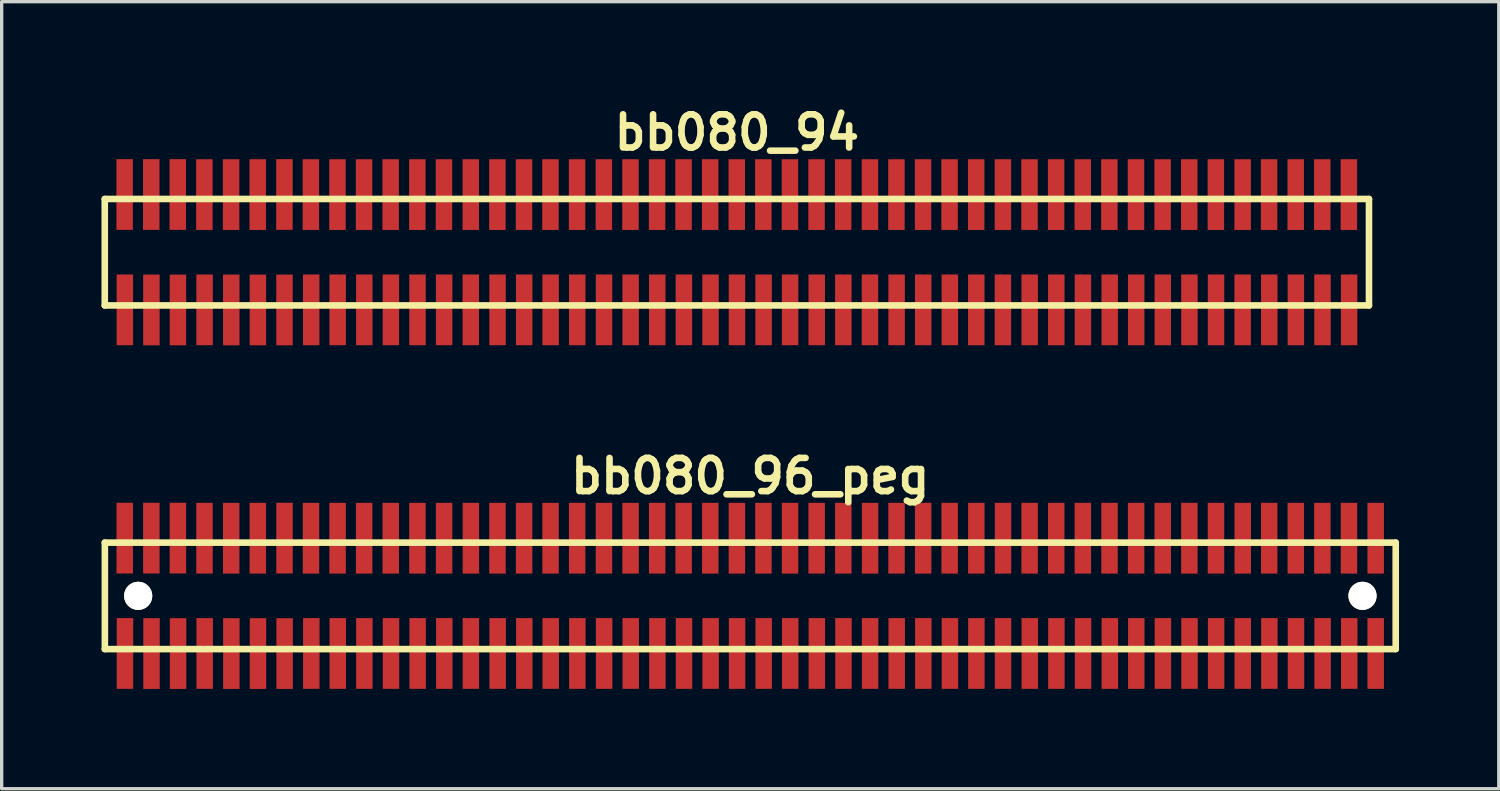
<source format=kicad_pcb>
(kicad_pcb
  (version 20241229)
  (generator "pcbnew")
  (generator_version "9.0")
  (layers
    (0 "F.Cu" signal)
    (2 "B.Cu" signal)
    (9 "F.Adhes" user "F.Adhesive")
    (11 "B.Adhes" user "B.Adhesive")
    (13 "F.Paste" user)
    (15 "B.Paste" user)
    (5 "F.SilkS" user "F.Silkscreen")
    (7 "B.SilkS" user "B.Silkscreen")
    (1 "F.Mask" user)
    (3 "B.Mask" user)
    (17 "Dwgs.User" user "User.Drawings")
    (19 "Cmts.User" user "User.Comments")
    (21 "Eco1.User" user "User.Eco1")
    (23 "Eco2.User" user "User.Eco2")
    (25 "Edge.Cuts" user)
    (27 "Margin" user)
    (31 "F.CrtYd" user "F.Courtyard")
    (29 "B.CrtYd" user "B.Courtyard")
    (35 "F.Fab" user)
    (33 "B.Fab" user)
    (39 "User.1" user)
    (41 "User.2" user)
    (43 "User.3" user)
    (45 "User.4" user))
  (footprint "bb080_96_peg"
    (layer "F.Cu")
    (at 19.5 14.859)
    (property "Reference" "bb080_96_peg" (at 0 -3.599 0) (layer "F.SilkS") (effects (font (size 0.998 0.998) (thickness 0.198))))
    (attr through_hole)
    (fp_line (start -19.401 -1.6) (end 19.401 -1.6) (stroke (width 0.198) (type solid)) (layer "F.SilkS"))
    (fp_line (start -19.398 -1.6) (end -19.398 1.6) (stroke (width 0.198) (type solid)) (layer "F.SilkS"))
    (fp_line (start 19.401 1.6) (end -19.401 1.6) (stroke (width 0.198) (type solid)) (layer "F.SilkS"))
    (fp_line (start 19.401 1.6) (end 19.401 -1.6) (stroke (width 0.198) (type solid)) (layer "F.SilkS"))
    (pad "" np_thru_hole circle (at -18.397 0) (size 0.848 0.848) (drill 0.848) (layers "*.Cu" "*.Mask" "F.SilkS"))
    (pad "" np_thru_hole circle (at 18.402 0) (size 0.848 0.848) (drill 0.848) (layers "*.Cu" "*.Mask" "F.SilkS"))
    (pad "1" smd rect (at -18.793 1.732) (size 0.495 2.126) (layers "F.Cu" "F.Mask" "F.Paste"))
    (pad "2" smd rect (at -18.801 -1.735) (size 0.495 2.126) (layers "F.Cu" "F.Mask" "F.Paste"))
    (pad "3" smd rect (at -17.996 1.735) (size 0.495 2.126) (layers "F.Cu" "F.Mask" "F.Paste"))
    (pad "4" smd rect (at -18.001 -1.735) (size 0.495 2.126) (layers "F.Cu" "F.Mask" "F.Paste"))
    (pad "5" smd rect (at -17.198 1.735) (size 0.495 2.126) (layers "F.Cu" "F.Mask" "F.Paste"))
    (pad "6" smd rect (at -17.203 -1.735) (size 0.495 2.126) (layers "F.Cu" "F.Mask" "F.Paste"))
    (pad "7" smd rect (at -16.398 1.732) (size 0.495 2.126) (layers "F.Cu" "F.Mask" "F.Paste"))
    (pad "8" smd rect (at -16.403 -1.732) (size 0.495 2.126) (layers "F.Cu" "F.Mask" "F.Paste"))
    (pad "9" smd rect (at -15.596 1.735) (size 0.495 2.126) (layers "F.Cu" "F.Mask" "F.Paste"))
    (pad "10" smd rect (at -15.601 -1.732) (size 0.495 2.126) (layers "F.Cu" "F.Mask" "F.Paste"))
    (pad "11" smd rect (at -14.796 1.735) (size 0.495 2.126) (layers "F.Cu" "F.Mask" "F.Paste"))
    (pad "12" smd rect (at -14.801 -1.732) (size 0.495 2.126) (layers "F.Cu" "F.Mask" "F.Paste"))
    (pad "13" smd rect (at -13.995 1.735) (size 0.495 2.126) (layers "F.Cu" "F.Mask" "F.Paste"))
    (pad "14" smd rect (at -13.998 -1.735) (size 0.495 2.126) (layers "F.Cu" "F.Mask" "F.Paste"))
    (pad "15" smd rect (at -13.193 1.732) (size 0.495 2.126) (layers "F.Cu" "F.Mask" "F.Paste"))
    (pad "16" smd rect (at -13.203 -1.732) (size 0.495 2.126) (layers "F.Cu" "F.Mask" "F.Paste"))
    (pad "17" smd rect (at -12.398 1.732) (size 0.495 2.126) (layers "F.Cu" "F.Mask" "F.Paste"))
    (pad "18" smd rect (at -12.403 -1.732) (size 0.495 2.126) (layers "F.Cu" "F.Mask" "F.Paste"))
    (pad "19" smd rect (at -11.598 1.732) (size 0.495 2.126) (layers "F.Cu" "F.Mask" "F.Paste"))
    (pad "20" smd rect (at -11.605 -1.732) (size 0.495 2.126) (layers "F.Cu" "F.Mask" "F.Paste"))
    (pad "21" smd rect (at -10.798 1.732) (size 0.495 2.126) (layers "F.Cu" "F.Mask" "F.Paste"))
    (pad "22" smd rect (at -10.805 -1.732) (size 0.495 2.126) (layers "F.Cu" "F.Mask" "F.Paste"))
    (pad "23" smd rect (at -9.997 1.732) (size 0.495 2.126) (layers "F.Cu" "F.Mask" "F.Paste"))
    (pad "24" smd rect (at -10.003 -1.732) (size 0.495 2.126) (layers "F.Cu" "F.Mask" "F.Paste"))
    (pad "25" smd rect (at -9.197 1.732) (size 0.495 2.126) (layers "F.Cu" "F.Mask" "F.Paste"))
    (pad "26" smd rect (at -9.202 -1.732) (size 0.495 2.126) (layers "F.Cu" "F.Mask" "F.Paste"))
    (pad "27" smd rect (at -8.397 1.732) (size 0.495 2.126) (layers "F.Cu" "F.Mask" "F.Paste"))
    (pad "28" smd rect (at -8.397 -1.732) (size 0.495 2.126) (layers "F.Cu" "F.Mask" "F.Paste"))
    (pad "29" smd rect (at -7.592 1.732) (size 0.495 2.126) (layers "F.Cu" "F.Mask" "F.Paste"))
    (pad "30" smd rect (at -7.597 -1.732) (size 0.495 2.126) (layers "F.Cu" "F.Mask" "F.Paste"))
    (pad "31" smd rect (at -6.792 1.732) (size 0.495 2.126) (layers "F.Cu" "F.Mask" "F.Paste"))
    (pad "32" smd rect (at -6.797 -1.732) (size 0.495 2.126) (layers "F.Cu" "F.Mask" "F.Paste"))
    (pad "33" smd rect (at -5.997 1.732) (size 0.495 2.126) (layers "F.Cu" "F.Mask" "F.Paste"))
    (pad "34" smd rect (at -6.002 -1.732) (size 0.495 2.126) (layers "F.Cu" "F.Mask" "F.Paste"))
    (pad "35" smd rect (at -5.197 1.732) (size 0.495 2.126) (layers "F.Cu" "F.Mask" "F.Paste"))
    (pad "36" smd rect (at -5.202 -1.732) (size 0.495 2.126) (layers "F.Cu" "F.Mask" "F.Paste"))
    (pad "37" smd rect (at -4.392 1.732) (size 0.495 2.126) (layers "F.Cu" "F.Mask" "F.Paste"))
    (pad "38" smd rect (at -4.397 -1.732) (size 0.495 2.126) (layers "F.Cu" "F.Mask" "F.Paste"))
    (pad "39" smd rect (at -3.592 1.732) (size 0.495 2.126) (layers "F.Cu" "F.Mask" "F.Paste"))
    (pad "40" smd rect (at -3.597 -1.732) (size 0.495 2.126) (layers "F.Cu" "F.Mask" "F.Paste"))
    (pad "41" smd rect (at -2.791 1.732) (size 0.495 2.126) (layers "F.Cu" "F.Mask" "F.Paste"))
    (pad "42" smd rect (at -2.797 -1.732) (size 0.495 2.126) (layers "F.Cu" "F.Mask" "F.Paste"))
    (pad "43" smd rect (at -1.991 1.732) (size 0.495 2.126) (layers "F.Cu" "F.Mask" "F.Paste"))
    (pad "44" smd rect (at -2.002 -1.732) (size 0.495 2.126) (layers "F.Cu" "F.Mask" "F.Paste"))
    (pad "45" smd rect (at -1.191 1.732) (size 0.495 2.126) (layers "F.Cu" "F.Mask" "F.Paste"))
    (pad "46" smd rect (at -1.201 -1.732) (size 0.495 2.126) (layers "F.Cu" "F.Mask" "F.Paste"))
    (pad "47" smd rect (at -0.396 1.732) (size 0.495 2.126) (layers "F.Cu" "F.Mask" "F.Paste"))
    (pad "48" smd rect (at -0.401 -1.732) (size 0.495 2.126) (layers "F.Cu" "F.Mask" "F.Paste"))
    (pad "49" smd rect (at 0.404 1.732) (size 0.495 2.126) (layers "F.Cu" "F.Mask" "F.Paste"))
    (pad "50" smd rect (at 0.396 -1.732) (size 0.495 2.126) (layers "F.Cu" "F.Mask" "F.Paste"))
    (pad "51" smd rect (at 1.201 1.732) (size 0.495 2.126) (layers "F.Cu" "F.Mask" "F.Paste"))
    (pad "52" smd rect (at 1.196 -1.732) (size 0.495 2.126) (layers "F.Cu" "F.Mask" "F.Paste"))
    (pad "53" smd rect (at 2.002 1.732) (size 0.495 2.126) (layers "F.Cu" "F.Mask" "F.Paste"))
    (pad "54" smd rect (at 1.996 -1.732) (size 0.495 2.126) (layers "F.Cu" "F.Mask" "F.Paste"))
    (pad "55" smd rect (at 2.802 1.732) (size 0.495 2.126) (layers "F.Cu" "F.Mask" "F.Paste"))
    (pad "56" smd rect (at 2.797 -1.732) (size 0.495 2.126) (layers "F.Cu" "F.Mask" "F.Paste"))
    (pad "57" smd rect (at 3.602 1.732) (size 0.495 2.126) (layers "F.Cu" "F.Mask" "F.Paste"))
    (pad "58" smd rect (at 3.602 -1.732) (size 0.495 2.126) (layers "F.Cu" "F.Mask" "F.Paste"))
    (pad "59" smd rect (at 4.402 1.732) (size 0.495 2.126) (layers "F.Cu" "F.Mask" "F.Paste"))
    (pad "60" smd rect (at 4.397 -1.732) (size 0.495 2.126) (layers "F.Cu" "F.Mask" "F.Paste"))
    (pad "61" smd rect (at 5.202 1.732) (size 0.495 2.126) (layers "F.Cu" "F.Mask" "F.Paste"))
    (pad "62" smd rect (at 5.197 -1.732) (size 0.495 2.126) (layers "F.Cu" "F.Mask" "F.Paste"))
    (pad "63" smd rect (at 6.002 1.732) (size 0.495 2.126) (layers "F.Cu" "F.Mask" "F.Paste"))
    (pad "64" smd rect (at 5.994 -1.732) (size 0.495 2.126) (layers "F.Cu" "F.Mask" "F.Paste"))
    (pad "65" smd rect (at 6.797 1.732) (size 0.495 2.126) (layers "F.Cu" "F.Mask" "F.Paste"))
    (pad "66" smd rect (at 6.795 -1.732) (size 0.495 2.126) (layers "F.Cu" "F.Mask" "F.Paste"))
    (pad "67" smd rect (at 7.597 1.732) (size 0.495 2.126) (layers "F.Cu" "F.Mask" "F.Paste"))
    (pad "68" smd rect (at 7.597 -1.732) (size 0.495 2.126) (layers "F.Cu" "F.Mask" "F.Paste"))
    (pad "69" smd rect (at 8.402 1.732) (size 0.495 2.126) (layers "F.Cu" "F.Mask" "F.Paste"))
    (pad "70" smd rect (at 8.397 -1.732) (size 0.495 2.126) (layers "F.Cu" "F.Mask" "F.Paste"))
    (pad "71" smd rect (at 9.202 1.732) (size 0.495 2.126) (layers "F.Cu" "F.Mask" "F.Paste"))
    (pad "72" smd rect (at 9.197 -1.732) (size 0.495 2.126) (layers "F.Cu" "F.Mask" "F.Paste"))
    (pad "73" smd rect (at 10.003 1.732) (size 0.495 2.126) (layers "F.Cu" "F.Mask" "F.Paste"))
    (pad "74" smd rect (at 9.997 -1.732) (size 0.495 2.126) (layers "F.Cu" "F.Mask" "F.Paste"))
    (pad "75" smd rect (at 10.808 1.732) (size 0.495 2.126) (layers "F.Cu" "F.Mask" "F.Paste"))
    (pad "76" smd rect (at 10.798 -1.732) (size 0.495 2.126) (layers "F.Cu" "F.Mask" "F.Paste"))
    (pad "77" smd rect (at 11.603 1.732) (size 0.495 2.126) (layers "F.Cu" "F.Mask" "F.Paste"))
    (pad "78" smd rect (at 11.598 -1.732) (size 0.495 2.126) (layers "F.Cu" "F.Mask" "F.Paste"))
    (pad "79" smd rect (at 12.403 1.732) (size 0.495 2.126) (layers "F.Cu" "F.Mask" "F.Paste"))
    (pad "80" smd rect (at 12.398 -1.732) (size 0.495 2.126) (layers "F.Cu" "F.Mask" "F.Paste"))
    (pad "81" smd rect (at 13.203 1.732) (size 0.495 2.126) (layers "F.Cu" "F.Mask" "F.Paste"))
    (pad "82" smd rect (at 13.198 -1.732) (size 0.495 2.126) (layers "F.Cu" "F.Mask" "F.Paste"))
    (pad "83" smd rect (at 14.003 1.732) (size 0.495 2.126) (layers "F.Cu" "F.Mask" "F.Paste"))
    (pad "84" smd rect (at 13.998 -1.732) (size 0.495 2.126) (layers "F.Cu" "F.Mask" "F.Paste"))
    (pad "85" smd rect (at 14.803 1.732) (size 0.495 2.126) (layers "F.Cu" "F.Mask" "F.Paste"))
    (pad "86" smd rect (at 14.803 -1.732) (size 0.495 2.126) (layers "F.Cu" "F.Mask" "F.Paste"))
    (pad "87" smd rect (at 15.603 1.732) (size 0.495 2.126) (layers "F.Cu" "F.Mask" "F.Paste"))
    (pad "88" smd rect (at 15.598 -1.732) (size 0.495 2.126) (layers "F.Cu" "F.Mask" "F.Paste"))
    (pad "89" smd rect (at 16.403 1.732) (size 0.495 2.126) (layers "F.Cu" "F.Mask" "F.Paste"))
    (pad "90" smd rect (at 16.398 -1.732) (size 0.495 2.126) (layers "F.Cu" "F.Mask" "F.Paste"))
    (pad "91" smd rect (at 17.203 1.732) (size 0.495 2.126) (layers "F.Cu" "F.Mask" "F.Paste"))
    (pad "92" smd rect (at 17.196 -1.732) (size 0.495 2.126) (layers "F.Cu" "F.Mask" "F.Paste"))
    (pad "93" smd rect (at 18.004 1.732) (size 0.495 2.126) (layers "F.Cu" "F.Mask" "F.Paste"))
    (pad "94" smd rect (at 17.996 -1.732) (size 0.495 2.126) (layers "F.Cu" "F.Mask" "F.Paste"))
    (pad "95" smd rect (at 18.799 1.732) (size 0.495 2.126) (layers "F.Cu" "F.Mask" "F.Paste"))
    (pad "96" smd rect (at 18.799 -1.732) (size 0.495 2.126) (layers "F.Cu" "F.Mask" "F.Paste")))
  (footprint "bb080_94"
    (layer "F.Cu")
    (at 19.098 4.531)
    (property "Reference" "bb080_94" (at 0 -3.599 0) (layer "F.SilkS") (effects (font (size 0.998 0.998) (thickness 0.198))))
    (attr through_hole)
    (fp_line (start -18.999 -1.6) (end -18.999 1.6) (stroke (width 0.198) (type solid)) (layer "F.SilkS"))
    (fp_line (start -18.999 1.6) (end 18.999 1.6) (stroke (width 0.198) (type solid)) (layer "F.SilkS"))
    (fp_line (start 18.999 -1.6) (end -18.999 -1.6) (stroke (width 0.198) (type solid)) (layer "F.SilkS"))
    (fp_line (start 18.999 1.6) (end 18.999 -1.6) (stroke (width 0.198) (type solid)) (layer "F.SilkS"))
    (pad "1" smd rect (at -18.395 1.732) (size 0.495 2.126) (layers "F.Cu" "F.Mask" "F.Paste"))
    (pad "2" smd rect (at -18.402 -1.735) (size 0.495 2.126) (layers "F.Cu" "F.Mask" "F.Paste"))
    (pad "3" smd rect (at -17.597 1.735) (size 0.495 2.126) (layers "F.Cu" "F.Mask" "F.Paste"))
    (pad "4" smd rect (at -17.602 -1.735) (size 0.495 2.126) (layers "F.Cu" "F.Mask" "F.Paste"))
    (pad "5" smd rect (at -16.8 1.735) (size 0.495 2.126) (layers "F.Cu" "F.Mask" "F.Paste"))
    (pad "6" smd rect (at -16.805 -1.735) (size 0.495 2.126) (layers "F.Cu" "F.Mask" "F.Paste"))
    (pad "7" smd rect (at -15.999 1.732) (size 0.495 2.126) (layers "F.Cu" "F.Mask" "F.Paste"))
    (pad "8" smd rect (at -16.005 -1.732) (size 0.495 2.126) (layers "F.Cu" "F.Mask" "F.Paste"))
    (pad "9" smd rect (at -15.197 1.735) (size 0.495 2.126) (layers "F.Cu" "F.Mask" "F.Paste"))
    (pad "10" smd rect (at -15.202 -1.732) (size 0.495 2.126) (layers "F.Cu" "F.Mask" "F.Paste"))
    (pad "11" smd rect (at -14.397 1.735) (size 0.495 2.126) (layers "F.Cu" "F.Mask" "F.Paste"))
    (pad "12" smd rect (at -14.402 -1.732) (size 0.495 2.126) (layers "F.Cu" "F.Mask" "F.Paste"))
    (pad "13" smd rect (at -13.597 1.735) (size 0.495 2.126) (layers "F.Cu" "F.Mask" "F.Paste"))
    (pad "14" smd rect (at -13.599 -1.735) (size 0.495 2.126) (layers "F.Cu" "F.Mask" "F.Paste"))
    (pad "15" smd rect (at -12.794 1.732) (size 0.495 2.126) (layers "F.Cu" "F.Mask" "F.Paste"))
    (pad "16" smd rect (at -12.804 -1.732) (size 0.495 2.126) (layers "F.Cu" "F.Mask" "F.Paste"))
    (pad "17" smd rect (at -11.999 1.732) (size 0.495 2.126) (layers "F.Cu" "F.Mask" "F.Paste"))
    (pad "18" smd rect (at -12.004 -1.732) (size 0.495 2.126) (layers "F.Cu" "F.Mask" "F.Paste"))
    (pad "19" smd rect (at -11.199 1.732) (size 0.495 2.126) (layers "F.Cu" "F.Mask" "F.Paste"))
    (pad "20" smd rect (at -11.206 -1.732) (size 0.495 2.126) (layers "F.Cu" "F.Mask" "F.Paste"))
    (pad "21" smd rect (at -10.399 1.732) (size 0.495 2.126) (layers "F.Cu" "F.Mask" "F.Paste"))
    (pad "22" smd rect (at -10.406 -1.732) (size 0.495 2.126) (layers "F.Cu" "F.Mask" "F.Paste"))
    (pad "23" smd rect (at -9.599 1.732) (size 0.495 2.126) (layers "F.Cu" "F.Mask" "F.Paste"))
    (pad "24" smd rect (at -9.604 -1.732) (size 0.495 2.126) (layers "F.Cu" "F.Mask" "F.Paste"))
    (pad "25" smd rect (at -8.799 1.732) (size 0.495 2.126) (layers "F.Cu" "F.Mask" "F.Paste"))
    (pad "26" smd rect (at -8.804 -1.732) (size 0.495 2.126) (layers "F.Cu" "F.Mask" "F.Paste"))
    (pad "27" smd rect (at -7.998 1.732) (size 0.495 2.126) (layers "F.Cu" "F.Mask" "F.Paste"))
    (pad "28" smd rect (at -7.998 -1.732) (size 0.495 2.126) (layers "F.Cu" "F.Mask" "F.Paste"))
    (pad "29" smd rect (at -7.193 1.732) (size 0.495 2.126) (layers "F.Cu" "F.Mask" "F.Paste"))
    (pad "30" smd rect (at -7.198 -1.732) (size 0.495 2.126) (layers "F.Cu" "F.Mask" "F.Paste"))
    (pad "31" smd rect (at -6.393 1.732) (size 0.495 2.126) (layers "F.Cu" "F.Mask" "F.Paste"))
    (pad "32" smd rect (at -6.398 -1.732) (size 0.495 2.126) (layers "F.Cu" "F.Mask" "F.Paste"))
    (pad "33" smd rect (at -5.598 1.732) (size 0.495 2.126) (layers "F.Cu" "F.Mask" "F.Paste"))
    (pad "34" smd rect (at -5.603 -1.732) (size 0.495 2.126) (layers "F.Cu" "F.Mask" "F.Paste"))
    (pad "35" smd rect (at -4.798 1.732) (size 0.495 2.126) (layers "F.Cu" "F.Mask" "F.Paste"))
    (pad "36" smd rect (at -4.803 -1.732) (size 0.495 2.126) (layers "F.Cu" "F.Mask" "F.Paste"))
    (pad "37" smd rect (at -3.993 1.732) (size 0.495 2.126) (layers "F.Cu" "F.Mask" "F.Paste"))
    (pad "38" smd rect (at -3.998 -1.732) (size 0.495 2.126) (layers "F.Cu" "F.Mask" "F.Paste"))
    (pad "39" smd rect (at -3.193 1.732) (size 0.495 2.126) (layers "F.Cu" "F.Mask" "F.Paste"))
    (pad "40" smd rect (at -3.198 -1.732) (size 0.495 2.126) (layers "F.Cu" "F.Mask" "F.Paste"))
    (pad "41" smd rect (at -2.393 1.732) (size 0.495 2.126) (layers "F.Cu" "F.Mask" "F.Paste"))
    (pad "42" smd rect (at -2.398 -1.732) (size 0.495 2.126) (layers "F.Cu" "F.Mask" "F.Paste"))
    (pad "43" smd rect (at -1.593 1.732) (size 0.495 2.126) (layers "F.Cu" "F.Mask" "F.Paste"))
    (pad "44" smd rect (at -1.603 -1.732) (size 0.495 2.126) (layers "F.Cu" "F.Mask" "F.Paste"))
    (pad "45" smd rect (at -0.792 1.732) (size 0.495 2.126) (layers "F.Cu" "F.Mask" "F.Paste"))
    (pad "46" smd rect (at -0.803 -1.732) (size 0.495 2.126) (layers "F.Cu" "F.Mask" "F.Paste"))
    (pad "47" smd rect (at 0.003 1.732) (size 0.495 2.126) (layers "F.Cu" "F.Mask" "F.Paste"))
    (pad "48" smd rect (at -0.003 -1.732) (size 0.495 2.126) (layers "F.Cu" "F.Mask" "F.Paste"))
    (pad "49" smd rect (at 0.803 1.732) (size 0.495 2.126) (layers "F.Cu" "F.Mask" "F.Paste"))
    (pad "50" smd rect (at 0.795 -1.732) (size 0.495 2.126) (layers "F.Cu" "F.Mask" "F.Paste"))
    (pad "51" smd rect (at 1.6 1.732) (size 0.495 2.126) (layers "F.Cu" "F.Mask" "F.Paste"))
    (pad "52" smd rect (at 1.595 -1.732) (size 0.495 2.126) (layers "F.Cu" "F.Mask" "F.Paste"))
    (pad "53" smd rect (at 2.4 1.732) (size 0.495 2.126) (layers "F.Cu" "F.Mask" "F.Paste"))
    (pad "54" smd rect (at 2.395 -1.732) (size 0.495 2.126) (layers "F.Cu" "F.Mask" "F.Paste"))
    (pad "55" smd rect (at 3.2 1.732) (size 0.495 2.126) (layers "F.Cu" "F.Mask" "F.Paste"))
    (pad "56" smd rect (at 3.195 -1.732) (size 0.495 2.126) (layers "F.Cu" "F.Mask" "F.Paste"))
    (pad "57" smd rect (at 4 1.732) (size 0.495 2.126) (layers "F.Cu" "F.Mask" "F.Paste"))
    (pad "58" smd rect (at 4 -1.732) (size 0.495 2.126) (layers "F.Cu" "F.Mask" "F.Paste"))
    (pad "59" smd rect (at 4.801 1.732) (size 0.495 2.126) (layers "F.Cu" "F.Mask" "F.Paste"))
    (pad "60" smd rect (at 4.796 -1.732) (size 0.495 2.126) (layers "F.Cu" "F.Mask" "F.Paste"))
    (pad "61" smd rect (at 5.601 1.732) (size 0.495 2.126) (layers "F.Cu" "F.Mask" "F.Paste"))
    (pad "62" smd rect (at 5.596 -1.732) (size 0.495 2.126) (layers "F.Cu" "F.Mask" "F.Paste"))
    (pad "63" smd rect (at 6.401 1.732) (size 0.495 2.126) (layers "F.Cu" "F.Mask" "F.Paste"))
    (pad "64" smd rect (at 6.393 -1.732) (size 0.495 2.126) (layers "F.Cu" "F.Mask" "F.Paste"))
    (pad "65" smd rect (at 7.196 1.732) (size 0.495 2.126) (layers "F.Cu" "F.Mask" "F.Paste"))
    (pad "66" smd rect (at 7.193 -1.732) (size 0.495 2.126) (layers "F.Cu" "F.Mask" "F.Paste"))
    (pad "67" smd rect (at 7.996 1.732) (size 0.495 2.126) (layers "F.Cu" "F.Mask" "F.Paste"))
    (pad "68" smd rect (at 7.996 -1.732) (size 0.495 2.126) (layers "F.Cu" "F.Mask" "F.Paste"))
    (pad "69" smd rect (at 8.801 1.732) (size 0.495 2.126) (layers "F.Cu" "F.Mask" "F.Paste"))
    (pad "70" smd rect (at 8.796 -1.732) (size 0.495 2.126) (layers "F.Cu" "F.Mask" "F.Paste"))
    (pad "71" smd rect (at 9.601 1.732) (size 0.495 2.126) (layers "F.Cu" "F.Mask" "F.Paste"))
    (pad "72" smd rect (at 9.596 -1.732) (size 0.495 2.126) (layers "F.Cu" "F.Mask" "F.Paste"))
    (pad "73" smd rect (at 10.401 1.732) (size 0.495 2.126) (layers "F.Cu" "F.Mask" "F.Paste"))
    (pad "74" smd rect (at 10.396 -1.732) (size 0.495 2.126) (layers "F.Cu" "F.Mask" "F.Paste"))
    (pad "75" smd rect (at 11.206 1.732) (size 0.495 2.126) (layers "F.Cu" "F.Mask" "F.Paste"))
    (pad "76" smd rect (at 11.196 -1.732) (size 0.495 2.126) (layers "F.Cu" "F.Mask" "F.Paste"))
    (pad "77" smd rect (at 12.002 1.732) (size 0.495 2.126) (layers "F.Cu" "F.Mask" "F.Paste"))
    (pad "78" smd rect (at 11.996 -1.732) (size 0.495 2.126) (layers "F.Cu" "F.Mask" "F.Paste"))
    (pad "79" smd rect (at 12.802 1.732) (size 0.495 2.126) (layers "F.Cu" "F.Mask" "F.Paste"))
    (pad "80" smd rect (at 12.797 -1.732) (size 0.495 2.126) (layers "F.Cu" "F.Mask" "F.Paste"))
    (pad "81" smd rect (at 13.602 1.732) (size 0.495 2.126) (layers "F.Cu" "F.Mask" "F.Paste"))
    (pad "82" smd rect (at 13.597 -1.732) (size 0.495 2.126) (layers "F.Cu" "F.Mask" "F.Paste"))
    (pad "83" smd rect (at 14.402 1.732) (size 0.495 2.126) (layers "F.Cu" "F.Mask" "F.Paste"))
    (pad "84" smd rect (at 14.397 -1.732) (size 0.495 2.126) (layers "F.Cu" "F.Mask" "F.Paste"))
    (pad "85" smd rect (at 15.202 1.732) (size 0.495 2.126) (layers "F.Cu" "F.Mask" "F.Paste"))
    (pad "86" smd rect (at 15.202 -1.732) (size 0.495 2.126) (layers "F.Cu" "F.Mask" "F.Paste"))
    (pad "87" smd rect (at 16.002 1.732) (size 0.495 2.126) (layers "F.Cu" "F.Mask" "F.Paste"))
    (pad "88" smd rect (at 15.997 -1.732) (size 0.495 2.126) (layers "F.Cu" "F.Mask" "F.Paste"))
    (pad "89" smd rect (at 16.802 1.732) (size 0.495 2.126) (layers "F.Cu" "F.Mask" "F.Paste"))
    (pad "90" smd rect (at 16.797 -1.732) (size 0.495 2.126) (layers "F.Cu" "F.Mask" "F.Paste"))
    (pad "91" smd rect (at 17.602 1.732) (size 0.495 2.126) (layers "F.Cu" "F.Mask" "F.Paste"))
    (pad "92" smd rect (at 17.595 -1.732) (size 0.495 2.126) (layers "F.Cu" "F.Mask" "F.Paste"))
    (pad "93" smd rect (at 18.402 1.732) (size 0.495 2.126) (layers "F.Cu" "F.Mask" "F.Paste"))
    (pad "94" smd rect (at 18.395 -1.732) (size 0.495 2.126) (layers "F.Cu" "F.Mask" "F.Paste")))
  (gr_rect
    (start -3 -3)
    (end 41.999 20.657)
    (stroke (width 0.1) (type default))
    (fill no)
    (layer "Edge.Cuts")))
</source>
